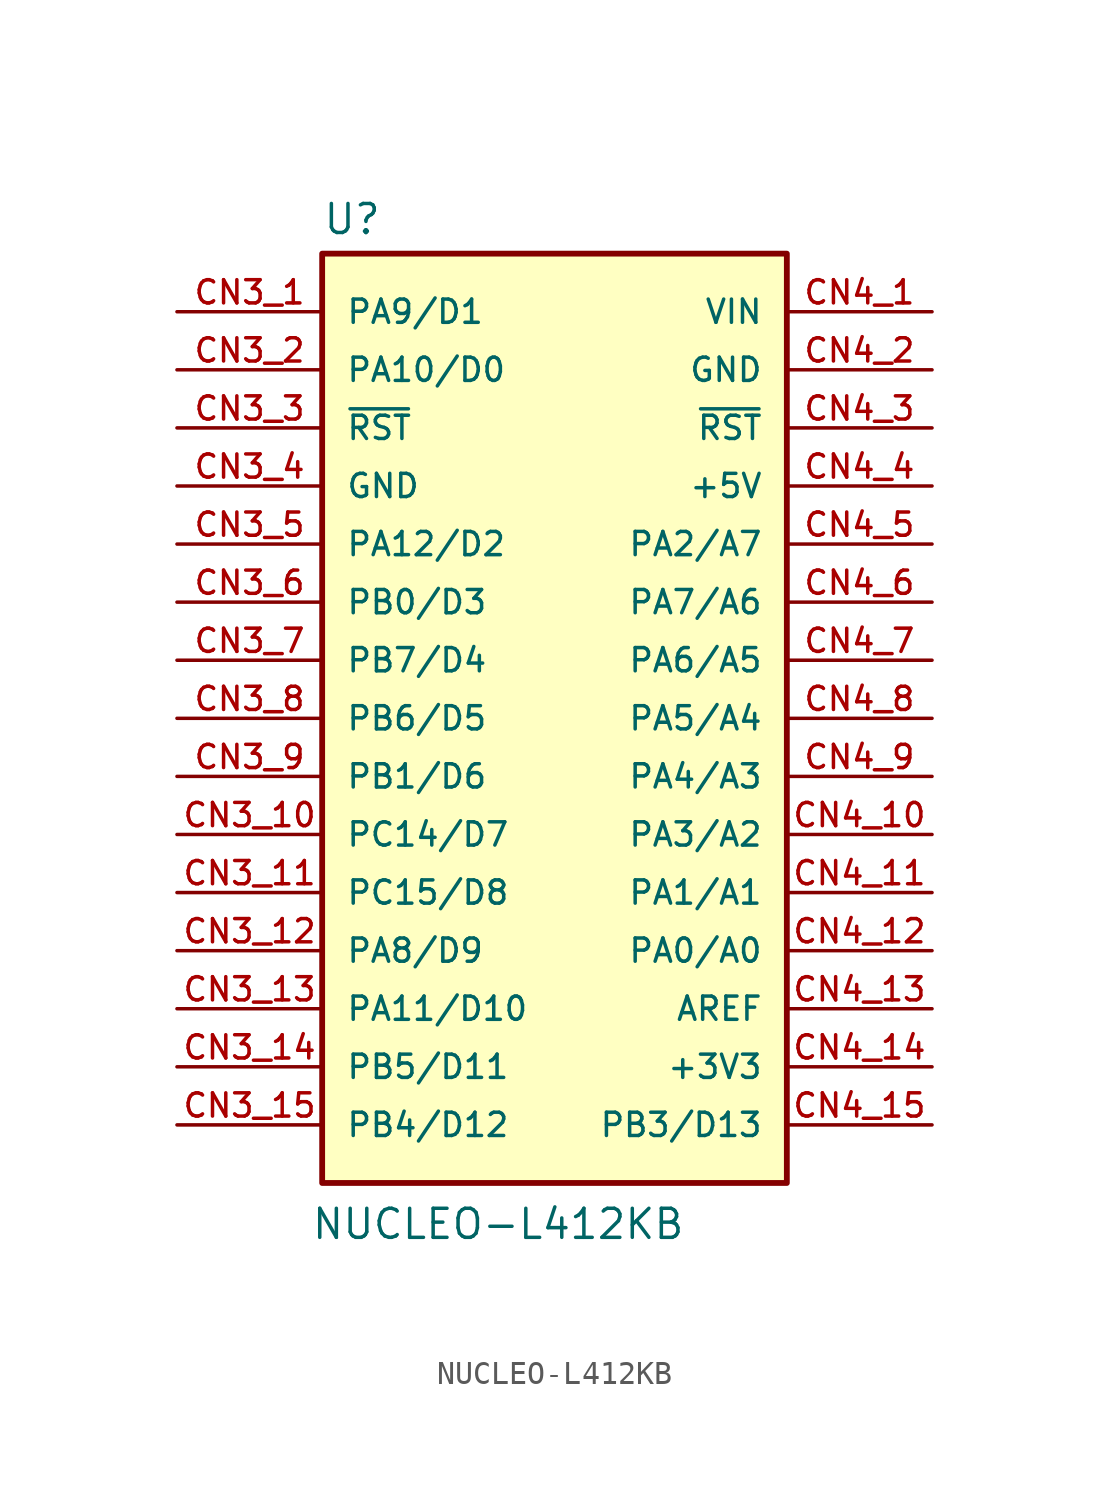
<source format=kicad_sym>
(kicad_symbol_lib
  (version 20231120)
  (generator "kicad_symbol_editor")
  (generator_version "8.0")
  (symbol "NUCLEO-L412KB"
    (pin_names
      (offset 1.016))
    (property "Reference" "U"
      (at -10.16 21.082 0)
      (effects (font (size 1.27 1.27)) (justify left bottom)))
    (property "Value" "NUCLEO-L412KB"
      (at -10.668 -22.86 0)
      (effects (font (size 1.27 1.27)) (justify left bottom)))
    (symbol "NUCLEO-L412KB_0_0"
      (rectangle (start -10.16 20.32) (end 10.16 -20.32) (stroke (width 0.254) (type default)) (fill (type background)))
      (pin bidirectional line (at -16.51 17.78 0) (length 6.35) (name "PA9/D1" (effects (font (size 1.016 1.016)))) (number "CN3_1" (effects (font (size 1.016 1.016)))))
      (pin bidirectional line (at -16.51 -5.08 0) (length 6.35) (name "PC14/D7" (effects (font (size 1.016 1.016)))) (number "CN3_10" (effects (font (size 1.016 1.016)))))
      (pin bidirectional line (at -16.51 -7.62 0) (length 6.35) (name "PC15/D8" (effects (font (size 1.016 1.016)))) (number "CN3_11" (effects (font (size 1.016 1.016)))))
      (pin bidirectional line (at -16.51 -10.16 0) (length 6.35) (name "PA8/D9" (effects (font (size 1.016 1.016)))) (number "CN3_12" (effects (font (size 1.016 1.016)))))
      (pin bidirectional line (at -16.51 -12.7 0) (length 6.35) (name "PA11/D10" (effects (font (size 1.016 1.016)))) (number "CN3_13" (effects (font (size 1.016 1.016)))))
      (pin bidirectional line (at -16.51 -15.24 0) (length 6.35) (name "PB5/D11" (effects (font (size 1.016 1.016)))) (number "CN3_14" (effects (font (size 1.016 1.016)))))
      (pin bidirectional line (at -16.51 -17.78 0) (length 6.35) (name "PB4/D12" (effects (font (size 1.016 1.016)))) (number "CN3_15" (effects (font (size 1.016 1.016)))))
      (pin bidirectional line (at -16.51 15.24 0) (length 6.35) (name "PA10/D0" (effects (font (size 1.016 1.016)))) (number "CN3_2" (effects (font (size 1.016 1.016)))))
      (pin bidirectional line (at -16.51 7.62 0) (length 6.35) (name "PA12/D2" (effects (font (size 1.016 1.016)))) (number "CN3_5" (effects (font (size 1.016 1.016)))))
      (pin bidirectional line (at -16.51 5.08 0) (length 6.35) (name "PB0/D3" (effects (font (size 1.016 1.016)))) (number "CN3_6" (effects (font (size 1.016 1.016)))))
      (pin bidirectional line (at -16.51 2.54 0) (length 6.35) (name "PB7/D4" (effects (font (size 1.016 1.016)))) (number "CN3_7" (effects (font (size 1.016 1.016)))))
      (pin bidirectional line (at -16.51 0 0) (length 6.35) (name "PB6/D5" (effects (font (size 1.016 1.016)))) (number "CN3_8" (effects (font (size 1.016 1.016)))))
      (pin bidirectional line (at -16.51 -2.54 0) (length 6.35) (name "PB1/D6" (effects (font (size 1.016 1.016)))) (number "CN3_9" (effects (font (size 1.016 1.016)))))
      (pin bidirectional line (at 16.51 -5.08 180) (length 6.35) (name "PA3/A2" (effects (font (size 1.016 1.016)))) (number "CN4_10" (effects (font (size 1.016 1.016)))))
      (pin bidirectional line (at 16.51 -7.62 180) (length 6.35) (name "PA1/A1" (effects (font (size 1.016 1.016)))) (number "CN4_11" (effects (font (size 1.016 1.016)))))
      (pin bidirectional line (at 16.51 -10.16 180) (length 6.35) (name "PA0/A0" (effects (font (size 1.016 1.016)))) (number "CN4_12" (effects (font (size 1.016 1.016)))))
      (pin input line (at 16.51 -12.7 180) (length 6.35) (name "AREF" (effects (font (size 1.016 1.016)))) (number "CN4_13" (effects (font (size 1.016 1.016)))))
      (pin power_in line (at 16.51 -15.24 180) (length 6.35) (name "+3V3" (effects (font (size 1.016 1.016)))) (number "CN4_14" (effects (font (size 1.016 1.016)))))
      (pin bidirectional line (at 16.51 -17.78 180) (length 6.35) (name "PB3/D13" (effects (font (size 1.016 1.016)))) (number "CN4_15" (effects (font (size 1.016 1.016)))))
      (pin power_in line (at 16.51 10.16 180) (length 6.35) (name "+5V" (effects (font (size 1.016 1.016)))) (number "CN4_4" (effects (font (size 1.016 1.016)))))
      (pin bidirectional line (at 16.51 7.62 180) (length 6.35) (name "PA2/A7" (effects (font (size 1.016 1.016)))) (number "CN4_5" (effects (font (size 1.016 1.016)))))
      (pin bidirectional line (at 16.51 5.08 180) (length 6.35) (name "PA7/A6" (effects (font (size 1.016 1.016)))) (number "CN4_6" (effects (font (size 1.016 1.016)))))
      (pin bidirectional line (at 16.51 2.54 180) (length 6.35) (name "PA6/A5" (effects (font (size 1.016 1.016)))) (number "CN4_7" (effects (font (size 1.016 1.016)))))
      (pin bidirectional line (at 16.51 0 180) (length 6.35) (name "PA5/A4" (effects (font (size 1.016 1.016)))) (number "CN4_8" (effects (font (size 1.016 1.016)))))
      (pin bidirectional line (at 16.51 -2.54 180) (length 6.35) (name "PA4/A3" (effects (font (size 1.016 1.016)))) (number "CN4_9" (effects (font (size 1.016 1.016))))))
    (symbol "NUCLEO-L412KB_1_0"
      (pin bidirectional line (at -16.51 12.7 0) (length 6.35) (name "~{RST}" (effects (font (size 1.016 1.016)))) (number "CN3_3" (effects (font (size 1.016 1.016)))))
      (pin power_in line (at -16.51 10.16 0) (length 6.35) (name "GND" (effects (font (size 1.016 1.016)))) (number "CN3_4" (effects (font (size 1.016 1.016)))))
      (pin power_in line (at 16.51 17.78 180) (length 6.35) (name "VIN" (effects (font (size 1.016 1.016)))) (number "CN4_1" (effects (font (size 1.016 1.016)))))
      (pin power_in line (at 16.51 15.24 180) (length 6.35) (name "GND" (effects (font (size 1.016 1.016)))) (number "CN4_2" (effects (font (size 1.016 1.016)))))
      (pin bidirectional line (at 16.51 12.7 180) (length 6.35) (name "~{RST}" (effects (font (size 1.016 1.016)))) (number "CN4_3" (effects (font (size 1.016 1.016))))))))
</source>
